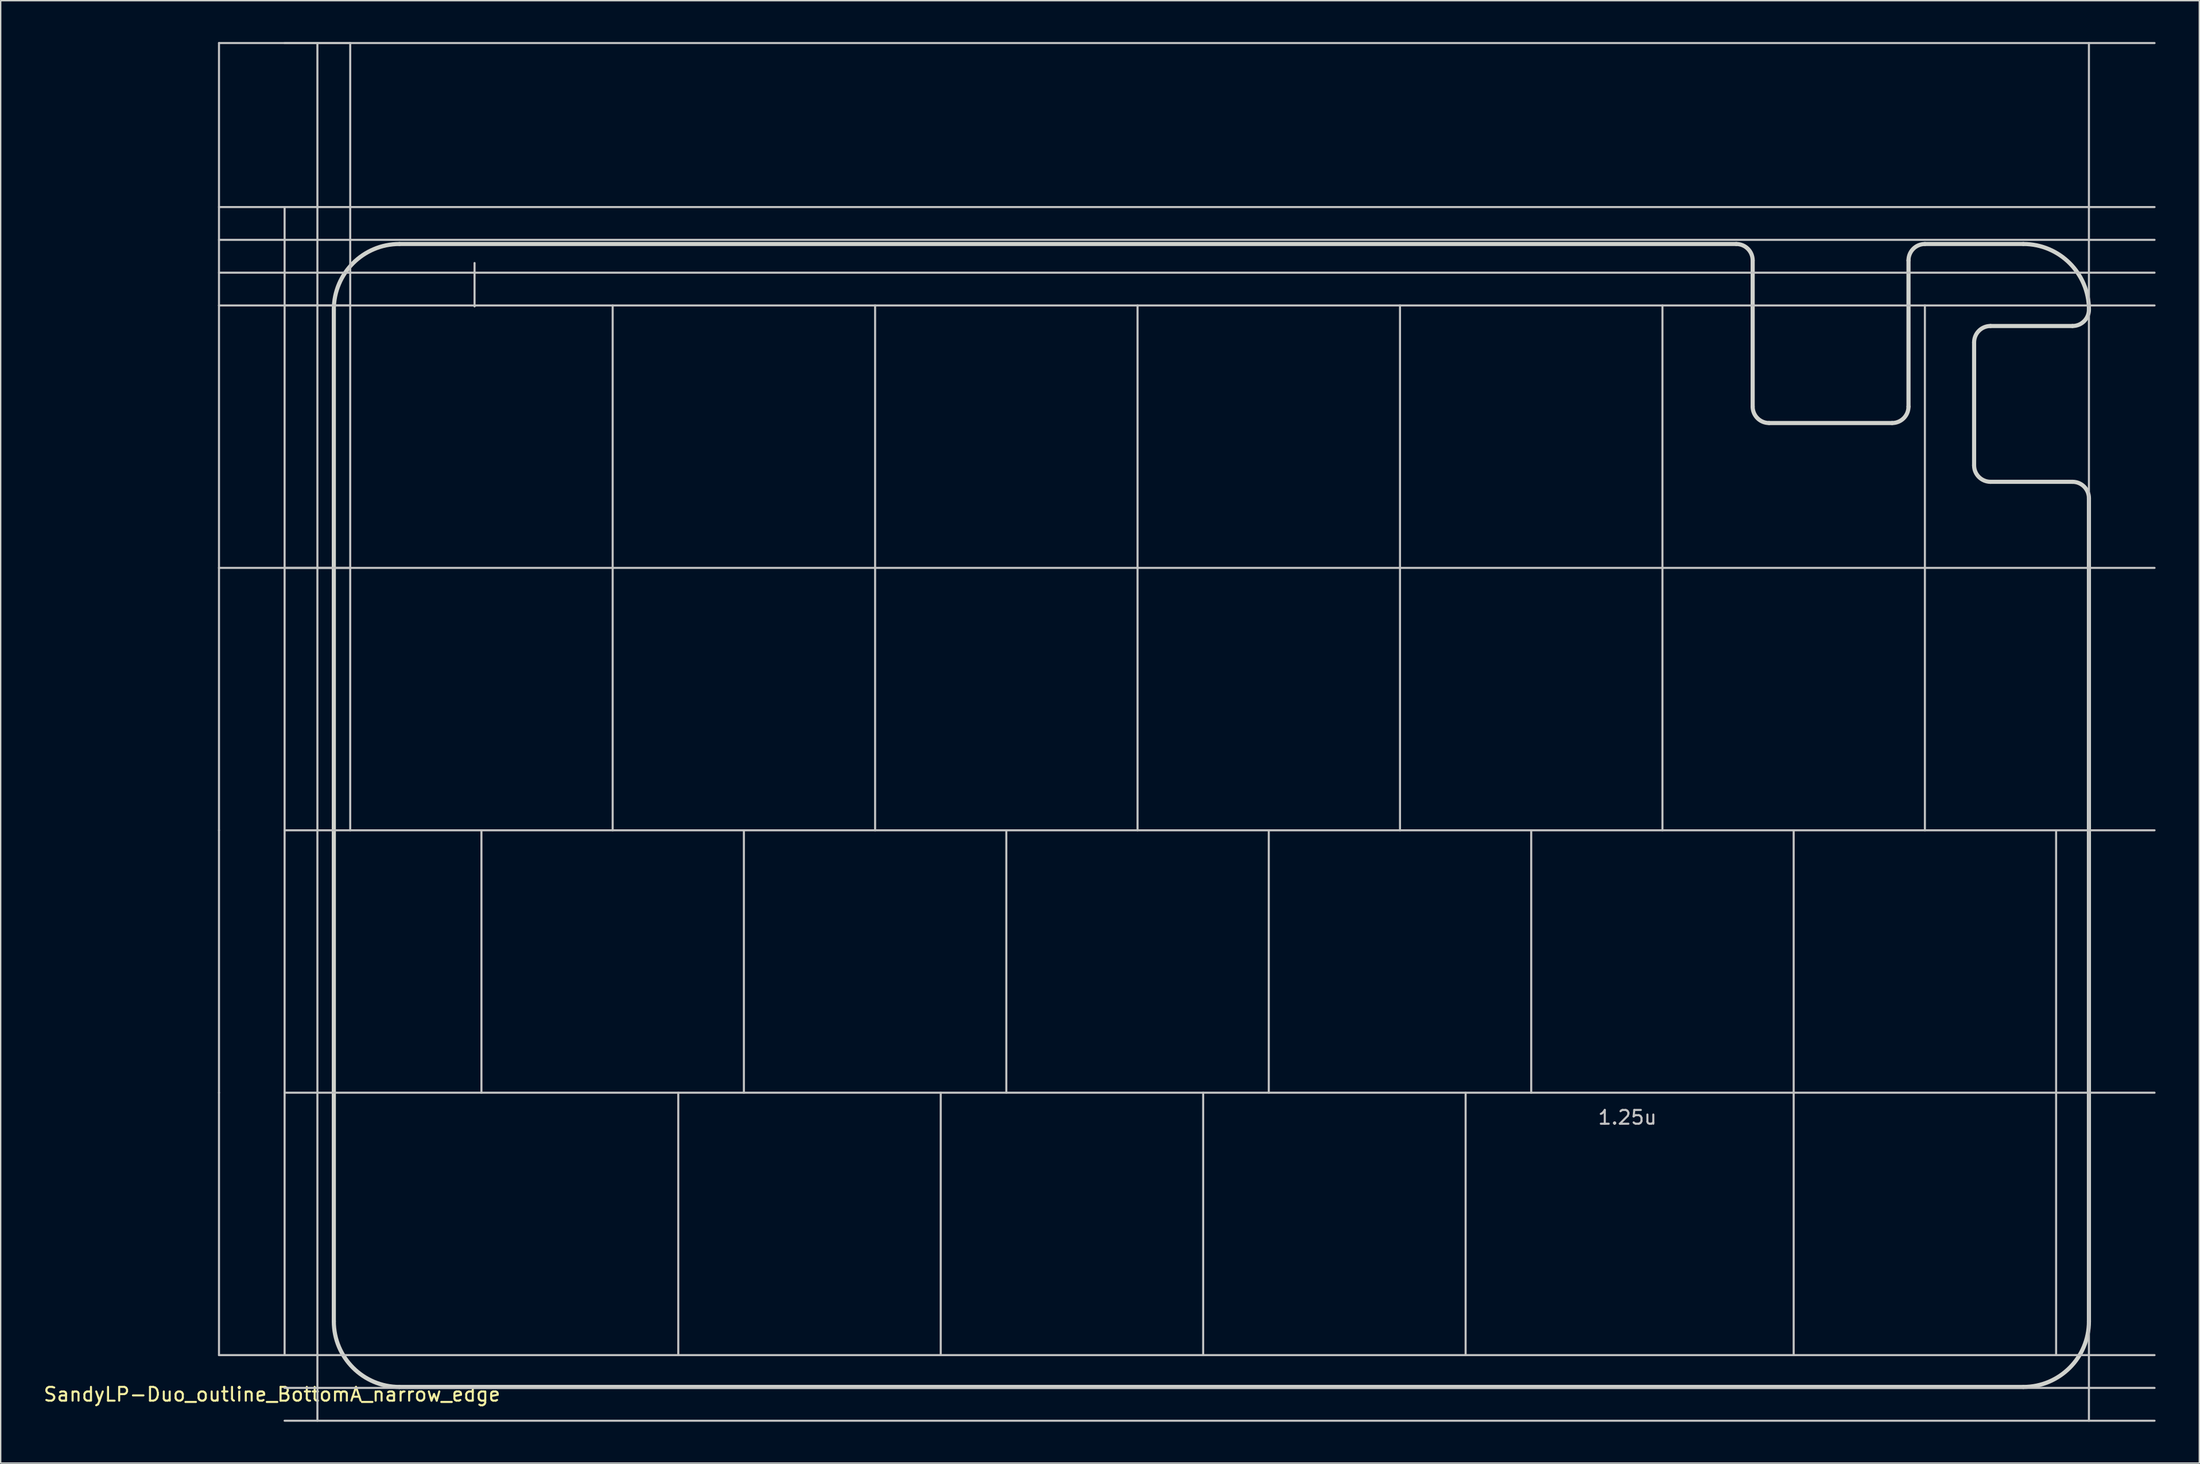
<source format=kicad_pcb>
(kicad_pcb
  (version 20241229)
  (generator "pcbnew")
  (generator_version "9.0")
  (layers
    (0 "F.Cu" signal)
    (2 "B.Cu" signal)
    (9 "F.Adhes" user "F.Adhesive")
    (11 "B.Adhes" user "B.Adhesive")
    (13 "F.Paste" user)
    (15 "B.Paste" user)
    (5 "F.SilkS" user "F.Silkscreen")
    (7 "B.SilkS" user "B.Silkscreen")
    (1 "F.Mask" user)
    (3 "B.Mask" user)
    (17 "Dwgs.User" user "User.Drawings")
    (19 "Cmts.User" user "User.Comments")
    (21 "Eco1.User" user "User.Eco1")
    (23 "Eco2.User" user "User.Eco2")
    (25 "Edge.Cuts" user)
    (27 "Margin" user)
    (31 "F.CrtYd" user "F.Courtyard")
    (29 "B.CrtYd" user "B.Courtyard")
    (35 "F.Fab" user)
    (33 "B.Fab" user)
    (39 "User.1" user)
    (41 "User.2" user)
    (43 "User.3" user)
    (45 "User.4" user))
  (footprint "SandyLP-Duo_outline_BottomA_narrow_edge"
    (layer "F.Cu")
    (at 153.34 66.75)
    (property "Reference" "SandyLP-Duo_outline_BottomA_narrow_edge" (at -136.644 31.425 0) (layer "F.SilkS") (effects (font (size 1 1) (thickness 0.15))))
    (attr through_hole)
    (fp_line (start -140.494 -66.675) (end -130.969 -66.675) (stroke (width 0.15) (type solid)) (layer "Dwgs.User"))
    (fp_line (start -140.494 -47.625) (end -140.494 -66.675) (stroke (width 0.15) (type solid)) (layer "Dwgs.User"))
    (fp_line (start -140.494 -47.625) (end -130.969 -47.625) (stroke (width 0.15) (type solid)) (layer "Dwgs.User"))
    (fp_line (start -140.494 -28.575) (end -140.494 -47.625) (stroke (width 0.15) (type solid)) (layer "Dwgs.User"))
    (fp_line (start -140.494 -28.575) (end -130.969 -28.575) (stroke (width 0.15) (type solid)) (layer "Dwgs.User"))
    (fp_line (start -140.494 -9.525) (end -140.494 -28.575) (stroke (width 0.15) (type solid)) (layer "Dwgs.User"))
    (fp_line (start -140.494 9.525) (end -140.494 -9.525) (stroke (width 0.15) (type solid)) (layer "Dwgs.User"))
    (fp_line (start -140.494 28.575) (end -140.494 9.525) (stroke (width 0.15) (type solid)) (layer "Dwgs.User"))
    (fp_line (start -135.731 28.575) (end -135.731 -54.769) (stroke (width 0.15) (type solid)) (layer "Dwgs.User"))
    (fp_line (start -133.35 33.337) (end -133.35 -66.675) (stroke (width 0.15) (type solid)) (layer "Dwgs.User"))
    (fp_line (start -130.969 -47.625) (end -130.969 -66.675) (stroke (width 0.15) (type solid)) (layer "Dwgs.User"))
    (fp_line (start -130.969 -28.575) (end -130.969 -47.625) (stroke (width 0.15) (type solid)) (layer "Dwgs.User"))
    (fp_line (start -130.969 -9.525) (end -130.969 -28.575) (stroke (width 0.15) (type solid)) (layer "Dwgs.User"))
    (fp_line (start -121.944 -50.706) (end -121.944 -47.556) (stroke (width 0.15) (type solid)) (layer "Dwgs.User"))
    (fp_line (start -121.444 9.525) (end -121.444 -9.525) (stroke (width 0.15) (type solid)) (layer "Dwgs.User"))
    (fp_line (start -111.919 -28.575) (end -111.919 -47.625) (stroke (width 0.15) (type solid)) (layer "Dwgs.User"))
    (fp_line (start -111.919 -9.525) (end -111.919 -28.575) (stroke (width 0.15) (type solid)) (layer "Dwgs.User"))
    (fp_line (start -107.156 28.575) (end -107.156 9.525) (stroke (width 0.15) (type solid)) (layer "Dwgs.User"))
    (fp_line (start -102.394 9.525) (end -102.394 -9.525) (stroke (width 0.15) (type solid)) (layer "Dwgs.User"))
    (fp_line (start -92.869 -28.575) (end -92.869 -47.625) (stroke (width 0.15) (type solid)) (layer "Dwgs.User"))
    (fp_line (start -92.869 -9.525) (end -92.869 -28.575) (stroke (width 0.15) (type solid)) (layer "Dwgs.User"))
    (fp_line (start -88.106 28.575) (end -88.106 9.525) (stroke (width 0.15) (type solid)) (layer "Dwgs.User"))
    (fp_line (start -83.344 9.525) (end -83.344 -9.525) (stroke (width 0.15) (type solid)) (layer "Dwgs.User"))
    (fp_line (start -73.819 -28.575) (end -73.819 -47.625) (stroke (width 0.15) (type solid)) (layer "Dwgs.User"))
    (fp_line (start -73.819 -9.525) (end -73.819 -28.575) (stroke (width 0.15) (type solid)) (layer "Dwgs.User"))
    (fp_line (start -69.056 28.575) (end -69.056 9.525) (stroke (width 0.15) (type solid)) (layer "Dwgs.User"))
    (fp_line (start -64.294 9.525) (end -64.294 -9.525) (stroke (width 0.15) (type solid)) (layer "Dwgs.User"))
    (fp_line (start -54.769 -28.575) (end -54.769 -47.625) (stroke (width 0.15) (type solid)) (layer "Dwgs.User"))
    (fp_line (start -54.769 -9.525) (end -54.769 -28.575) (stroke (width 0.15) (type solid)) (layer "Dwgs.User"))
    (fp_line (start -50.006 28.575) (end -50.006 9.525) (stroke (width 0.15) (type solid)) (layer "Dwgs.User"))
    (fp_line (start -45.244 9.525) (end -45.244 -9.525) (stroke (width 0.15) (type solid)) (layer "Dwgs.User"))
    (fp_line (start -35.719 -28.575) (end -35.719 -47.625) (stroke (width 0.15) (type solid)) (layer "Dwgs.User"))
    (fp_line (start -35.719 -9.525) (end -35.719 -28.575) (stroke (width 0.15) (type solid)) (layer "Dwgs.User"))
    (fp_line (start -26.194 9.525) (end -26.194 -9.525) (stroke (width 0.15) (type solid)) (layer "Dwgs.User"))
    (fp_line (start -26.194 28.575) (end -26.194 9.525) (stroke (width 0.15) (type solid)) (layer "Dwgs.User"))
    (fp_line (start -16.669 -28.575) (end -16.669 -47.625) (stroke (width 0.15) (type solid)) (layer "Dwgs.User"))
    (fp_line (start -16.669 -9.525) (end -16.669 -28.575) (stroke (width 0.15) (type solid)) (layer "Dwgs.User"))
    (fp_line (start -7.144 9.525) (end -7.144 -9.525) (stroke (width 0.15) (type solid)) (layer "Dwgs.User"))
    (fp_line (start -7.144 28.575) (end -7.144 9.525) (stroke (width 0.15) (type solid)) (layer "Dwgs.User"))
    (fp_line (start -4.763 33.337) (end -4.763 -66.675) (stroke (width 0.15) (type solid)) (layer "Dwgs.User"))
    (fp_line (start 0 -66.675) (end -135.731 -66.675) (stroke (width 0.15) (type solid)) (layer "Dwgs.User"))
    (fp_line (start 0 -54.769) (end -140.494 -54.769) (stroke (width 0.15) (type solid)) (layer "Dwgs.User"))
    (fp_line (start 0 -52.388) (end -140.494 -52.388) (stroke (width 0.15) (type solid)) (layer "Dwgs.User"))
    (fp_line (start 0 -50.006) (end -140.494 -50.006) (stroke (width 0.15) (type solid)) (layer "Dwgs.User"))
    (fp_line (start 0 -47.625) (end -135.731 -47.625) (stroke (width 0.15) (type solid)) (layer "Dwgs.User"))
    (fp_line (start 0 -28.575) (end -135.731 -28.575) (stroke (width 0.15) (type solid)) (layer "Dwgs.User"))
    (fp_line (start 0 -9.525) (end -135.731 -9.525) (stroke (width 0.15) (type solid)) (layer "Dwgs.User"))
    (fp_line (start 0 9.525) (end -135.731 9.525) (stroke (width 0.15) (type solid)) (layer "Dwgs.User"))
    (fp_line (start 0 28.575) (end -140.494 28.575) (stroke (width 0.15) (type solid)) (layer "Dwgs.User"))
    (fp_line (start 0 30.956) (end -135.731 30.956) (stroke (width 0.15) (type solid)) (layer "Dwgs.User"))
    (fp_line (start 0 33.337) (end -135.731 33.337) (stroke (width 0.15) (type solid)) (layer "Dwgs.User"))
    (fp_line (start -132.159 26.123) (end -132.159 -47.325) (stroke (width 0.3) (type solid)) (layer "Edge.Cuts"))
    (fp_line (start -30.361 -52.088) (end -127.397 -52.088) (stroke (width 0.3) (type solid)) (layer "Edge.Cuts"))
    (fp_line (start -29.17 -40.281) (end -29.17 -50.897) (stroke (width 0.3) (type default)) (layer "Edge.Cuts"))
    (fp_line (start -19.05 -39.091) (end -27.98 -39.091) (stroke (width 0.3) (type default)) (layer "Edge.Cuts"))
    (fp_line (start -17.859 -50.897) (end -17.859 -40.281) (stroke (width 0.3) (type default)) (layer "Edge.Cuts"))
    (fp_line (start -13.097 -36.014) (end -13.097 -44.944) (stroke (width 0.3) (type default)) (layer "Edge.Cuts"))
    (fp_line (start -11.906 -46.134) (end -5.953 -46.134) (stroke (width 0.3) (type default)) (layer "Edge.Cuts"))
    (fp_line (start -9.525 -52.088) (end -16.669 -52.088) (stroke (width 0.3) (type solid)) (layer "Edge.Cuts"))
    (fp_line (start -9.525 30.886) (end -127.397 30.886) (stroke (width 0.3) (type solid)) (layer "Edge.Cuts"))
    (fp_line (start -5.953 -34.823) (end -11.906 -34.823) (stroke (width 0.3) (type default)) (layer "Edge.Cuts"))
    (fp_line (start -4.763 26.123) (end -4.763 -33.633) (stroke (width 0.3) (type solid)) (layer "Edge.Cuts"))
    (fp_arc (start -132.159486 -47.32504) (mid -130.764582 -50.692636) (end -127.396986 -52.08754) (stroke (width 0.3) (type default)) (layer "Edge.Cuts"))
    (fp_arc (start -127.396986 30.885971) (mid -130.764582 29.491067) (end -132.159486 26.123471) (stroke (width 0.3) (type default)) (layer "Edge.Cuts"))
    (fp_arc (start -30.360962 -52.08754) (mid -29.519063 -51.738814) (end -29.170337 -50.896915) (stroke (width 0.3) (type default)) (layer "Edge.Cuts"))
    (fp_arc (start -27.979712 -39.090625) (mid -28.821611 -39.439351) (end -29.170337 -40.28125) (stroke (width 0.3) (type default)) (layer "Edge.Cuts"))
    (fp_arc (start -17.859375 -50.896915) (mid -17.510649 -51.738814) (end -16.66875 -52.08754) (stroke (width 0.3) (type default)) (layer "Edge.Cuts"))
    (fp_arc (start -17.859375 -40.28125) (mid -18.208101 -39.439351) (end -19.05 -39.090625) (stroke (width 0.3) (type default)) (layer "Edge.Cuts"))
    (fp_arc (start -13.096885 -44.94379) (mid -12.748159 -45.785689) (end -11.90626 -46.134415) (stroke (width 0.3) (type default)) (layer "Edge.Cuts"))
    (fp_arc (start -11.90626 -34.823453) (mid -12.748159 -35.172179) (end -13.096885 -36.014078) (stroke (width 0.3) (type default)) (layer "Edge.Cuts"))
    (fp_arc (start -9.525004 -52.08754) (mid -6.15741 -50.692634) (end -4.762504 -47.32504) (stroke (width 0.3) (type default)) (layer "Edge.Cuts"))
    (fp_arc (start -5.953129 -34.823453) (mid -5.11123 -34.474727) (end -4.762504 -33.632828) (stroke (width 0.3) (type default)) (layer "Edge.Cuts"))
    (fp_arc (start -4.762504 -47.32504) (mid -5.11123 -46.483141) (end -5.953129 -46.134415) (stroke (width 0.3) (type default)) (layer "Edge.Cuts"))
    (fp_arc (start -4.762504 26.123471) (mid -6.157413 29.491062) (end -9.525004 30.885971) (stroke (width 0.3) (type default)) (layer "Edge.Cuts"))
    (fp_text user "1.25u" (at -40.481 11.906 0) (unlocked yes) (layer "Dwgs.User") (effects (font (size 1 1) (thickness 0.15)) (justify left bottom))))
  (gr_rect
    (start -3 -3)
    (end 156.59 103.162)
    (stroke (width 0.1) (type default))
    (fill no)
    (layer "Edge.Cuts")))
</source>
